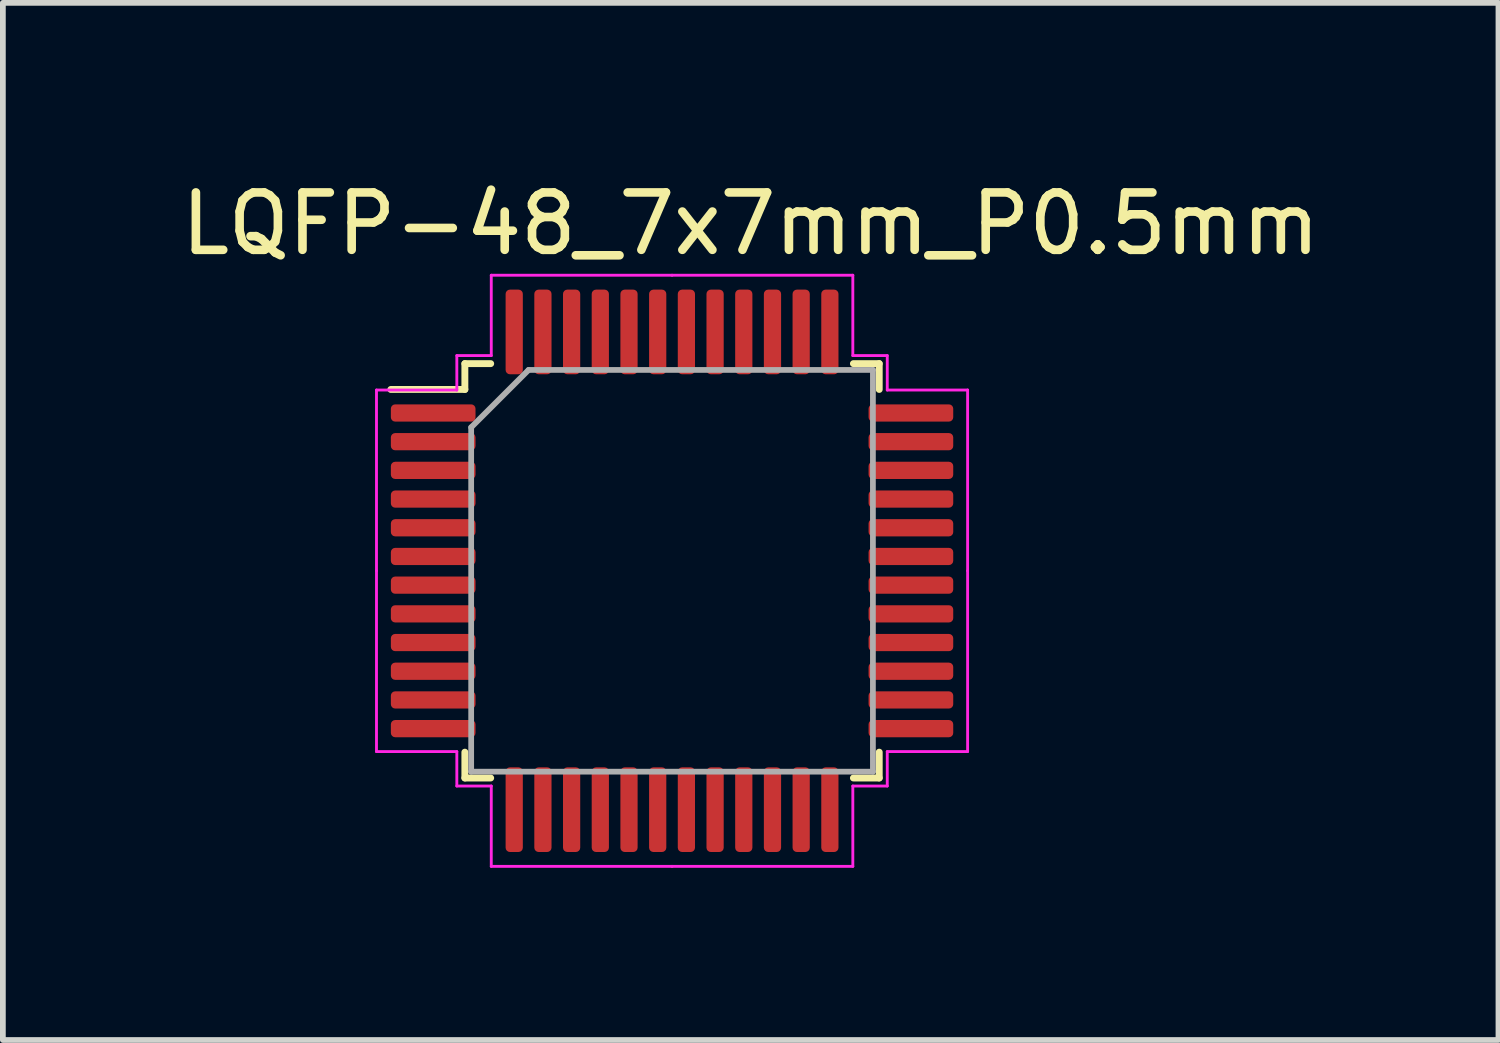
<source format=kicad_pcb>
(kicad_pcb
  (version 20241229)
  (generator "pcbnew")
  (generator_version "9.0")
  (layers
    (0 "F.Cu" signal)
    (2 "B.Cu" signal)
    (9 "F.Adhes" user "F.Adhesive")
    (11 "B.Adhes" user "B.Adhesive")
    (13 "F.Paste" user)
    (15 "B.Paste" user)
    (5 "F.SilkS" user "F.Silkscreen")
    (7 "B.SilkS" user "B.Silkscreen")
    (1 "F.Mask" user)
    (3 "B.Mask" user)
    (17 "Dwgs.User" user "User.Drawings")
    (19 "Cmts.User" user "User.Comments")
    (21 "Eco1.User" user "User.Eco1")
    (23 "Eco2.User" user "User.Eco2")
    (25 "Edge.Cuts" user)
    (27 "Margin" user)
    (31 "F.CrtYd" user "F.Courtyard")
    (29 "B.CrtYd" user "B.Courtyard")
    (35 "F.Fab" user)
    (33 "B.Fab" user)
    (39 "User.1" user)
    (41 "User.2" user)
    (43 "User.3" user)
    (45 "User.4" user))
  (footprint "LQFP-48_7x7mm_P0.5mm"
    (layer "F.Cu")
    (at 8.66 6.896)
    (property "Reference" "LQFP-48_7x7mm_P0.5mm" (at 1.37 -6.048 0) (layer "F.SilkS") (effects (font (size 1 1) (thickness 0.15))))
    (attr smd)
    (fp_line (start -3.61 -3.61) (end -3.61 -3.16) (stroke (width 0.12) (type solid)) (layer "F.SilkS"))
    (fp_line (start -3.61 -3.16) (end -4.9 -3.16) (stroke (width 0.12) (type solid)) (layer "F.SilkS"))
    (fp_line (start -3.61 3.61) (end -3.61 3.16) (stroke (width 0.12) (type solid)) (layer "F.SilkS"))
    (fp_line (start -3.16 -3.61) (end -3.61 -3.61) (stroke (width 0.12) (type solid)) (layer "F.SilkS"))
    (fp_line (start -3.16 3.61) (end -3.61 3.61) (stroke (width 0.12) (type solid)) (layer "F.SilkS"))
    (fp_line (start 3.16 -3.61) (end 3.61 -3.61) (stroke (width 0.12) (type solid)) (layer "F.SilkS"))
    (fp_line (start 3.16 3.61) (end 3.61 3.61) (stroke (width 0.12) (type solid)) (layer "F.SilkS"))
    (fp_line (start 3.61 -3.61) (end 3.61 -3.16) (stroke (width 0.12) (type solid)) (layer "F.SilkS"))
    (fp_line (start 3.61 3.61) (end 3.61 3.16) (stroke (width 0.12) (type solid)) (layer "F.SilkS"))
    (fp_line (start -5.15 -3.15) (end -5.15 0) (stroke (width 0.05) (type solid)) (layer "F.CrtYd"))
    (fp_line (start -5.15 3.15) (end -5.15 0) (stroke (width 0.05) (type solid)) (layer "F.CrtYd"))
    (fp_line (start -3.75 -3.75) (end -3.75 -3.15) (stroke (width 0.05) (type solid)) (layer "F.CrtYd"))
    (fp_line (start -3.75 -3.15) (end -5.15 -3.15) (stroke (width 0.05) (type solid)) (layer "F.CrtYd"))
    (fp_line (start -3.75 3.15) (end -5.15 3.15) (stroke (width 0.05) (type solid)) (layer "F.CrtYd"))
    (fp_line (start -3.75 3.75) (end -3.75 3.15) (stroke (width 0.05) (type solid)) (layer "F.CrtYd"))
    (fp_line (start -3.15 -5.15) (end -3.15 -3.75) (stroke (width 0.05) (type solid)) (layer "F.CrtYd"))
    (fp_line (start -3.15 -3.75) (end -3.75 -3.75) (stroke (width 0.05) (type solid)) (layer "F.CrtYd"))
    (fp_line (start -3.15 3.75) (end -3.75 3.75) (stroke (width 0.05) (type solid)) (layer "F.CrtYd"))
    (fp_line (start -3.15 5.15) (end -3.15 3.75) (stroke (width 0.05) (type solid)) (layer "F.CrtYd"))
    (fp_line (start 0 -5.15) (end -3.15 -5.15) (stroke (width 0.05) (type solid)) (layer "F.CrtYd"))
    (fp_line (start 0 -5.15) (end 3.15 -5.15) (stroke (width 0.05) (type solid)) (layer "F.CrtYd"))
    (fp_line (start 0 5.15) (end -3.15 5.15) (stroke (width 0.05) (type solid)) (layer "F.CrtYd"))
    (fp_line (start 0 5.15) (end 3.15 5.15) (stroke (width 0.05) (type solid)) (layer "F.CrtYd"))
    (fp_line (start 3.15 -5.15) (end 3.15 -3.75) (stroke (width 0.05) (type solid)) (layer "F.CrtYd"))
    (fp_line (start 3.15 -3.75) (end 3.75 -3.75) (stroke (width 0.05) (type solid)) (layer "F.CrtYd"))
    (fp_line (start 3.15 3.75) (end 3.75 3.75) (stroke (width 0.05) (type solid)) (layer "F.CrtYd"))
    (fp_line (start 3.15 5.15) (end 3.15 3.75) (stroke (width 0.05) (type solid)) (layer "F.CrtYd"))
    (fp_line (start 3.75 -3.75) (end 3.75 -3.15) (stroke (width 0.05) (type solid)) (layer "F.CrtYd"))
    (fp_line (start 3.75 -3.15) (end 5.15 -3.15) (stroke (width 0.05) (type solid)) (layer "F.CrtYd"))
    (fp_line (start 3.75 3.15) (end 5.15 3.15) (stroke (width 0.05) (type solid)) (layer "F.CrtYd"))
    (fp_line (start 3.75 3.75) (end 3.75 3.15) (stroke (width 0.05) (type solid)) (layer "F.CrtYd"))
    (fp_line (start 5.15 -3.15) (end 5.15 0) (stroke (width 0.05) (type solid)) (layer "F.CrtYd"))
    (fp_line (start 5.15 3.15) (end 5.15 0) (stroke (width 0.05) (type solid)) (layer "F.CrtYd"))
    (fp_line (start -3.5 -2.5) (end -2.5 -3.5) (stroke (width 0.1) (type solid)) (layer "F.Fab"))
    (fp_line (start -3.5 3.5) (end -3.5 -2.5) (stroke (width 0.1) (type solid)) (layer "F.Fab"))
    (fp_line (start -2.5 -3.5) (end 3.5 -3.5) (stroke (width 0.1) (type solid)) (layer "F.Fab"))
    (fp_line (start 3.5 -3.5) (end 3.5 3.5) (stroke (width 0.1) (type solid)) (layer "F.Fab"))
    (fp_line (start 3.5 3.5) (end -3.5 3.5) (stroke (width 0.1) (type solid)) (layer "F.Fab"))
    (pad "1" smd roundrect (at -4.162 -2.75) (size 1.475 0.3) (layers "F.Cu" "F.Mask" "F.Paste") (roundrect_rratio 0.25))
    (pad "2" smd roundrect (at -4.162 -2.25) (size 1.475 0.3) (layers "F.Cu" "F.Mask" "F.Paste") (roundrect_rratio 0.25))
    (pad "3" smd roundrect (at -4.162 -1.75) (size 1.475 0.3) (layers "F.Cu" "F.Mask" "F.Paste") (roundrect_rratio 0.25))
    (pad "4" smd roundrect (at -4.162 -1.25) (size 1.475 0.3) (layers "F.Cu" "F.Mask" "F.Paste") (roundrect_rratio 0.25))
    (pad "5" smd roundrect (at -4.162 -0.75) (size 1.475 0.3) (layers "F.Cu" "F.Mask" "F.Paste") (roundrect_rratio 0.25))
    (pad "6" smd roundrect (at -4.162 -0.25) (size 1.475 0.3) (layers "F.Cu" "F.Mask" "F.Paste") (roundrect_rratio 0.25))
    (pad "7" smd roundrect (at -4.162 0.25) (size 1.475 0.3) (layers "F.Cu" "F.Mask" "F.Paste") (roundrect_rratio 0.25))
    (pad "8" smd roundrect (at -4.162 0.75) (size 1.475 0.3) (layers "F.Cu" "F.Mask" "F.Paste") (roundrect_rratio 0.25))
    (pad "9" smd roundrect (at -4.162 1.25) (size 1.475 0.3) (layers "F.Cu" "F.Mask" "F.Paste") (roundrect_rratio 0.25))
    (pad "10" smd roundrect (at -4.162 1.75) (size 1.475 0.3) (layers "F.Cu" "F.Mask" "F.Paste") (roundrect_rratio 0.25))
    (pad "11" smd roundrect (at -4.162 2.25) (size 1.475 0.3) (layers "F.Cu" "F.Mask" "F.Paste") (roundrect_rratio 0.25))
    (pad "12" smd roundrect (at -4.162 2.75) (size 1.475 0.3) (layers "F.Cu" "F.Mask" "F.Paste") (roundrect_rratio 0.25))
    (pad "13" smd roundrect (at -2.75 4.162) (size 0.3 1.475) (layers "F.Cu" "F.Mask" "F.Paste") (roundrect_rratio 0.25))
    (pad "14" smd roundrect (at -2.25 4.162) (size 0.3 1.475) (layers "F.Cu" "F.Mask" "F.Paste") (roundrect_rratio 0.25))
    (pad "15" smd roundrect (at -1.75 4.162) (size 0.3 1.475) (layers "F.Cu" "F.Mask" "F.Paste") (roundrect_rratio 0.25))
    (pad "16" smd roundrect (at -1.25 4.162) (size 0.3 1.475) (layers "F.Cu" "F.Mask" "F.Paste") (roundrect_rratio 0.25))
    (pad "17" smd roundrect (at -0.75 4.162) (size 0.3 1.475) (layers "F.Cu" "F.Mask" "F.Paste") (roundrect_rratio 0.25))
    (pad "18" smd roundrect (at -0.25 4.162) (size 0.3 1.475) (layers "F.Cu" "F.Mask" "F.Paste") (roundrect_rratio 0.25))
    (pad "19" smd roundrect (at 0.25 4.162) (size 0.3 1.475) (layers "F.Cu" "F.Mask" "F.Paste") (roundrect_rratio 0.25))
    (pad "20" smd roundrect (at 0.75 4.162) (size 0.3 1.475) (layers "F.Cu" "F.Mask" "F.Paste") (roundrect_rratio 0.25))
    (pad "21" smd roundrect (at 1.25 4.162) (size 0.3 1.475) (layers "F.Cu" "F.Mask" "F.Paste") (roundrect_rratio 0.25))
    (pad "22" smd roundrect (at 1.75 4.162) (size 0.3 1.475) (layers "F.Cu" "F.Mask" "F.Paste") (roundrect_rratio 0.25))
    (pad "23" smd roundrect (at 2.25 4.162) (size 0.3 1.475) (layers "F.Cu" "F.Mask" "F.Paste") (roundrect_rratio 0.25))
    (pad "24" smd roundrect (at 2.75 4.162) (size 0.3 1.475) (layers "F.Cu" "F.Mask" "F.Paste") (roundrect_rratio 0.25))
    (pad "25" smd roundrect (at 4.162 2.75) (size 1.475 0.3) (layers "F.Cu" "F.Mask" "F.Paste") (roundrect_rratio 0.25))
    (pad "26" smd roundrect (at 4.162 2.25) (size 1.475 0.3) (layers "F.Cu" "F.Mask" "F.Paste") (roundrect_rratio 0.25))
    (pad "27" smd roundrect (at 4.162 1.75) (size 1.475 0.3) (layers "F.Cu" "F.Mask" "F.Paste") (roundrect_rratio 0.25))
    (pad "28" smd roundrect (at 4.162 1.25) (size 1.475 0.3) (layers "F.Cu" "F.Mask" "F.Paste") (roundrect_rratio 0.25))
    (pad "29" smd roundrect (at 4.162 0.75) (size 1.475 0.3) (layers "F.Cu" "F.Mask" "F.Paste") (roundrect_rratio 0.25))
    (pad "30" smd roundrect (at 4.162 0.25) (size 1.475 0.3) (layers "F.Cu" "F.Mask" "F.Paste") (roundrect_rratio 0.25))
    (pad "31" smd roundrect (at 4.162 -0.25) (size 1.475 0.3) (layers "F.Cu" "F.Mask" "F.Paste") (roundrect_rratio 0.25))
    (pad "32" smd roundrect (at 4.162 -0.75) (size 1.475 0.3) (layers "F.Cu" "F.Mask" "F.Paste") (roundrect_rratio 0.25))
    (pad "33" smd roundrect (at 4.162 -1.25) (size 1.475 0.3) (layers "F.Cu" "F.Mask" "F.Paste") (roundrect_rratio 0.25))
    (pad "34" smd roundrect (at 4.162 -1.75) (size 1.475 0.3) (layers "F.Cu" "F.Mask" "F.Paste") (roundrect_rratio 0.25))
    (pad "35" smd roundrect (at 4.162 -2.25) (size 1.475 0.3) (layers "F.Cu" "F.Mask" "F.Paste") (roundrect_rratio 0.25))
    (pad "36" smd roundrect (at 4.162 -2.75) (size 1.475 0.3) (layers "F.Cu" "F.Mask" "F.Paste") (roundrect_rratio 0.25))
    (pad "37" smd roundrect (at 2.75 -4.162) (size 0.3 1.475) (layers "F.Cu" "F.Mask" "F.Paste") (roundrect_rratio 0.25))
    (pad "38" smd roundrect (at 2.25 -4.162) (size 0.3 1.475) (layers "F.Cu" "F.Mask" "F.Paste") (roundrect_rratio 0.25))
    (pad "39" smd roundrect (at 1.75 -4.162) (size 0.3 1.475) (layers "F.Cu" "F.Mask" "F.Paste") (roundrect_rratio 0.25))
    (pad "40" smd roundrect (at 1.25 -4.162) (size 0.3 1.475) (layers "F.Cu" "F.Mask" "F.Paste") (roundrect_rratio 0.25))
    (pad "41" smd roundrect (at 0.75 -4.162) (size 0.3 1.475) (layers "F.Cu" "F.Mask" "F.Paste") (roundrect_rratio 0.25))
    (pad "42" smd roundrect (at 0.25 -4.162) (size 0.3 1.475) (layers "F.Cu" "F.Mask" "F.Paste") (roundrect_rratio 0.25))
    (pad "43" smd roundrect (at -0.25 -4.162) (size 0.3 1.475) (layers "F.Cu" "F.Mask" "F.Paste") (roundrect_rratio 0.25))
    (pad "44" smd roundrect (at -0.75 -4.162) (size 0.3 1.475) (layers "F.Cu" "F.Mask" "F.Paste") (roundrect_rratio 0.25))
    (pad "45" smd roundrect (at -1.25 -4.162) (size 0.3 1.475) (layers "F.Cu" "F.Mask" "F.Paste") (roundrect_rratio 0.25))
    (pad "46" smd roundrect (at -1.75 -4.162) (size 0.3 1.475) (layers "F.Cu" "F.Mask" "F.Paste") (roundrect_rratio 0.25))
    (pad "47" smd roundrect (at -2.25 -4.162) (size 0.3 1.475) (layers "F.Cu" "F.Mask" "F.Paste") (roundrect_rratio 0.25))
    (pad "48" smd roundrect (at -2.75 -4.162) (size 0.3 1.475) (layers "F.Cu" "F.Mask" "F.Paste") (roundrect_rratio 0.25)))
  (gr_rect
    (start -3 -3)
    (end 23.06 15.071)
    (stroke (width 0.1) (type default))
    (fill no)
    (layer "Edge.Cuts")))
</source>
